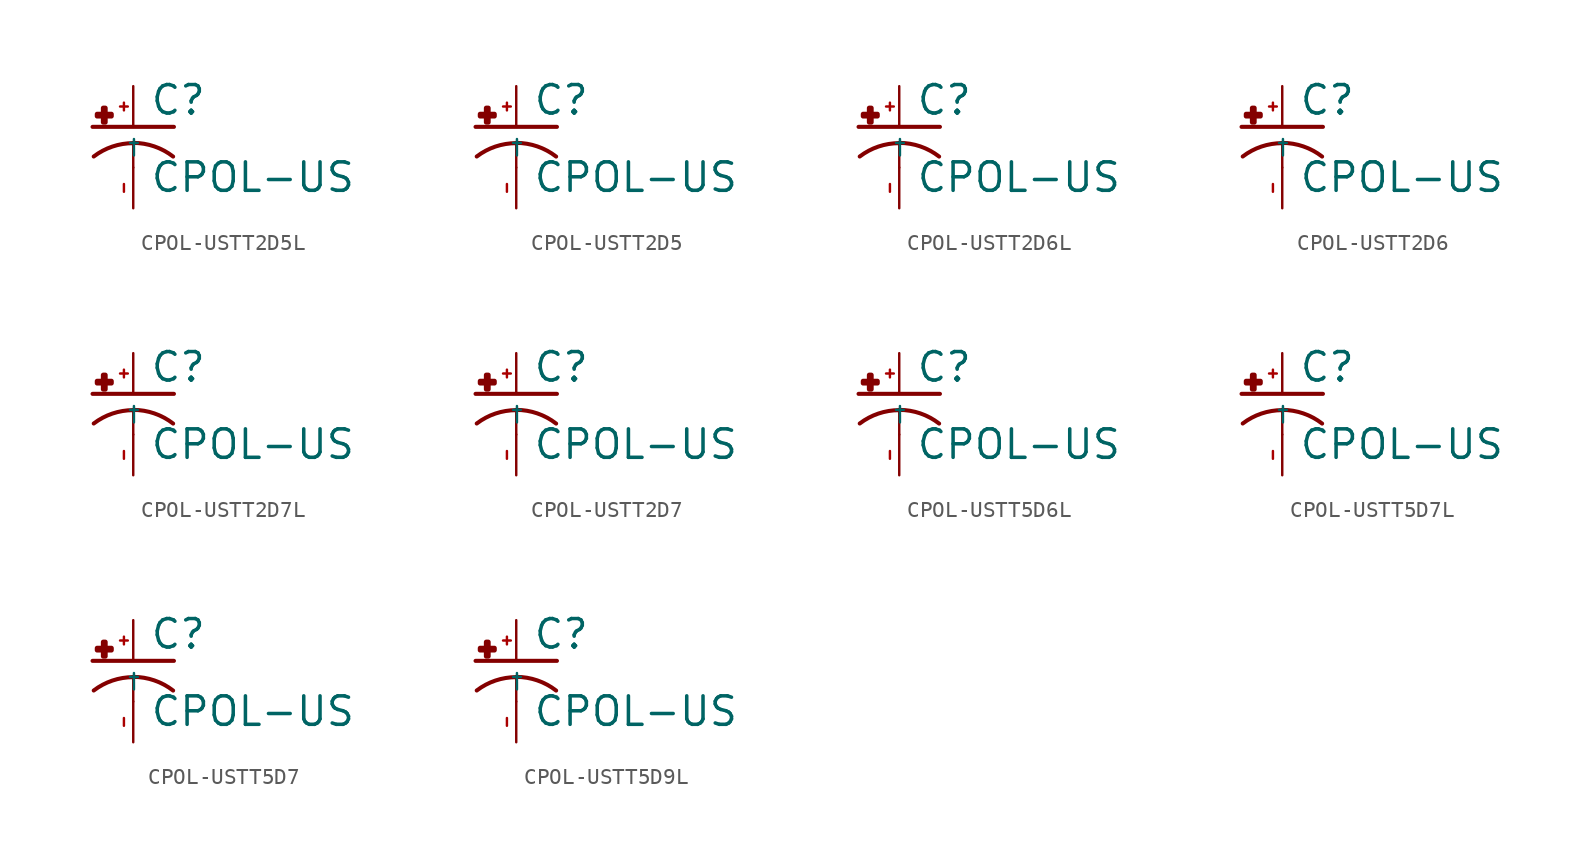
<source format=kicad_sym>
(kicad_symbol_lib
  (version 20220914)
  (generator Eagle2Kicad)
  (symbol "CPOL-USTT2D5L"
    (property "Reference" "C"
      (at 1.016 0.635 0)
      (effects (font (size 1.778 1.778) (thickness 0.22)) (justify left bottom)))
    (property "Value" "CPOL-US"
      (at 1.016 -4.191 0)
      (effects (font (size 1.778 1.778) (thickness 0.22)) (justify left bottom)))
    (polyline
      (pts (xy -2.54 0) (xy 2.54 0))
      (stroke (width 0.254) (type default))
      (fill (type none)))
    (polyline
      (pts (xy 0 -1.016) (xy 0 -2.54))
      (stroke (width 0.152) (type default))
      (fill (type none)))
    (arc
      (start 2.4892 -1.8542)
      (mid 1.316 -1.220)
      (end 0 -1)
      (stroke (width 0.254) (type default))
      (fill (type none)))
    (arc
      (start 0 -1.0161)
      (mid -1.302 -1.230)
      (end -2.4669 -1.8504)
      (stroke (width 0.254) (type default))
      (fill (type none)))
    (rectangle
      (start -2.253 0.668)
      (end -1.364 0.795)
      (stroke (width 0.3) (type default))
      (fill (type outline)))
    (rectangle
      (start -1.872 0.287)
      (end -1.745 1.176)
      (stroke (width 0.3) (type default))
      (fill (type outline)))
    (pin passive line
      (at 0 2.54 270)
      (length 2.54)
      (name "+" (effects (font (size 0.635 0.635) (thickness 0.08)) (justify left bottom)))
      (number "+" (effects (font (size 0.635 0.635) (thickness 0.08)) (justify left bottom))))
    (pin passive line
      (at 0 -5.08 90)
      (length 2.54)
      (name "-" (effects (font (size 0.635 0.635) (thickness 0.08)) (justify left bottom)))
      (number "-" (effects (font (size 0.635 0.635) (thickness 0.08)) (justify left bottom)))))
  (symbol "CPOL-USTT2D5"
    (property "Reference" "C"
      (at 1.016 0.635 0)
      (effects (font (size 1.778 1.778) (thickness 0.22)) (justify left bottom)))
    (property "Value" "CPOL-US"
      (at 1.016 -4.191 0)
      (effects (font (size 1.778 1.778) (thickness 0.22)) (justify left bottom)))
    (polyline
      (pts (xy -2.54 0) (xy 2.54 0))
      (stroke (width 0.254) (type default))
      (fill (type none)))
    (polyline
      (pts (xy 0 -1.016) (xy 0 -2.54))
      (stroke (width 0.152) (type default))
      (fill (type none)))
    (arc
      (start 2.4892 -1.8542)
      (mid 1.316 -1.220)
      (end 0 -1)
      (stroke (width 0.254) (type default))
      (fill (type none)))
    (arc
      (start 0 -1.0161)
      (mid -1.302 -1.230)
      (end -2.4669 -1.8504)
      (stroke (width 0.254) (type default))
      (fill (type none)))
    (rectangle
      (start -2.253 0.668)
      (end -1.364 0.795)
      (stroke (width 0.3) (type default))
      (fill (type outline)))
    (rectangle
      (start -1.872 0.287)
      (end -1.745 1.176)
      (stroke (width 0.3) (type default))
      (fill (type outline)))
    (pin passive line
      (at 0 2.54 270)
      (length 2.54)
      (name "+" (effects (font (size 0.635 0.635) (thickness 0.08)) (justify left bottom)))
      (number "+" (effects (font (size 0.635 0.635) (thickness 0.08)) (justify left bottom))))
    (pin passive line
      (at 0 -5.08 90)
      (length 2.54)
      (name "-" (effects (font (size 0.635 0.635) (thickness 0.08)) (justify left bottom)))
      (number "-" (effects (font (size 0.635 0.635) (thickness 0.08)) (justify left bottom)))))
  (symbol "CPOL-USTT2D6L"
    (property "Reference" "C"
      (at 1.016 0.635 0)
      (effects (font (size 1.778 1.778) (thickness 0.22)) (justify left bottom)))
    (property "Value" "CPOL-US"
      (at 1.016 -4.191 0)
      (effects (font (size 1.778 1.778) (thickness 0.22)) (justify left bottom)))
    (polyline
      (pts (xy -2.54 0) (xy 2.54 0))
      (stroke (width 0.254) (type default))
      (fill (type none)))
    (polyline
      (pts (xy 0 -1.016) (xy 0 -2.54))
      (stroke (width 0.152) (type default))
      (fill (type none)))
    (arc
      (start 2.4892 -1.8542)
      (mid 1.316 -1.220)
      (end 0 -1)
      (stroke (width 0.254) (type default))
      (fill (type none)))
    (arc
      (start 0 -1.0161)
      (mid -1.302 -1.230)
      (end -2.4669 -1.8504)
      (stroke (width 0.254) (type default))
      (fill (type none)))
    (rectangle
      (start -2.253 0.668)
      (end -1.364 0.795)
      (stroke (width 0.3) (type default))
      (fill (type outline)))
    (rectangle
      (start -1.872 0.287)
      (end -1.745 1.176)
      (stroke (width 0.3) (type default))
      (fill (type outline)))
    (pin passive line
      (at 0 2.54 270)
      (length 2.54)
      (name "+" (effects (font (size 0.635 0.635) (thickness 0.08)) (justify left bottom)))
      (number "+" (effects (font (size 0.635 0.635) (thickness 0.08)) (justify left bottom))))
    (pin passive line
      (at 0 -5.08 90)
      (length 2.54)
      (name "-" (effects (font (size 0.635 0.635) (thickness 0.08)) (justify left bottom)))
      (number "-" (effects (font (size 0.635 0.635) (thickness 0.08)) (justify left bottom)))))
  (symbol "CPOL-USTT2D6"
    (property "Reference" "C"
      (at 1.016 0.635 0)
      (effects (font (size 1.778 1.778) (thickness 0.22)) (justify left bottom)))
    (property "Value" "CPOL-US"
      (at 1.016 -4.191 0)
      (effects (font (size 1.778 1.778) (thickness 0.22)) (justify left bottom)))
    (polyline
      (pts (xy -2.54 0) (xy 2.54 0))
      (stroke (width 0.254) (type default))
      (fill (type none)))
    (polyline
      (pts (xy 0 -1.016) (xy 0 -2.54))
      (stroke (width 0.152) (type default))
      (fill (type none)))
    (arc
      (start 2.4892 -1.8542)
      (mid 1.316 -1.220)
      (end 0 -1)
      (stroke (width 0.254) (type default))
      (fill (type none)))
    (arc
      (start 0 -1.0161)
      (mid -1.302 -1.230)
      (end -2.4669 -1.8504)
      (stroke (width 0.254) (type default))
      (fill (type none)))
    (rectangle
      (start -2.253 0.668)
      (end -1.364 0.795)
      (stroke (width 0.3) (type default))
      (fill (type outline)))
    (rectangle
      (start -1.872 0.287)
      (end -1.745 1.176)
      (stroke (width 0.3) (type default))
      (fill (type outline)))
    (pin passive line
      (at 0 2.54 270)
      (length 2.54)
      (name "+" (effects (font (size 0.635 0.635) (thickness 0.08)) (justify left bottom)))
      (number "+" (effects (font (size 0.635 0.635) (thickness 0.08)) (justify left bottom))))
    (pin passive line
      (at 0 -5.08 90)
      (length 2.54)
      (name "-" (effects (font (size 0.635 0.635) (thickness 0.08)) (justify left bottom)))
      (number "-" (effects (font (size 0.635 0.635) (thickness 0.08)) (justify left bottom)))))
  (symbol "CPOL-USTT2D7L"
    (property "Reference" "C"
      (at 1.016 0.635 0)
      (effects (font (size 1.778 1.778) (thickness 0.22)) (justify left bottom)))
    (property "Value" "CPOL-US"
      (at 1.016 -4.191 0)
      (effects (font (size 1.778 1.778) (thickness 0.22)) (justify left bottom)))
    (polyline
      (pts (xy -2.54 0) (xy 2.54 0))
      (stroke (width 0.254) (type default))
      (fill (type none)))
    (polyline
      (pts (xy 0 -1.016) (xy 0 -2.54))
      (stroke (width 0.152) (type default))
      (fill (type none)))
    (arc
      (start 2.4892 -1.8542)
      (mid 1.316 -1.220)
      (end 0 -1)
      (stroke (width 0.254) (type default))
      (fill (type none)))
    (arc
      (start 0 -1.0161)
      (mid -1.302 -1.230)
      (end -2.4669 -1.8504)
      (stroke (width 0.254) (type default))
      (fill (type none)))
    (rectangle
      (start -2.253 0.668)
      (end -1.364 0.795)
      (stroke (width 0.3) (type default))
      (fill (type outline)))
    (rectangle
      (start -1.872 0.287)
      (end -1.745 1.176)
      (stroke (width 0.3) (type default))
      (fill (type outline)))
    (pin passive line
      (at 0 2.54 270)
      (length 2.54)
      (name "+" (effects (font (size 0.635 0.635) (thickness 0.08)) (justify left bottom)))
      (number "+" (effects (font (size 0.635 0.635) (thickness 0.08)) (justify left bottom))))
    (pin passive line
      (at 0 -5.08 90)
      (length 2.54)
      (name "-" (effects (font (size 0.635 0.635) (thickness 0.08)) (justify left bottom)))
      (number "-" (effects (font (size 0.635 0.635) (thickness 0.08)) (justify left bottom)))))
  (symbol "CPOL-USTT2D7"
    (property "Reference" "C"
      (at 1.016 0.635 0)
      (effects (font (size 1.778 1.778) (thickness 0.22)) (justify left bottom)))
    (property "Value" "CPOL-US"
      (at 1.016 -4.191 0)
      (effects (font (size 1.778 1.778) (thickness 0.22)) (justify left bottom)))
    (polyline
      (pts (xy -2.54 0) (xy 2.54 0))
      (stroke (width 0.254) (type default))
      (fill (type none)))
    (polyline
      (pts (xy 0 -1.016) (xy 0 -2.54))
      (stroke (width 0.152) (type default))
      (fill (type none)))
    (arc
      (start 2.4892 -1.8542)
      (mid 1.316 -1.220)
      (end 0 -1)
      (stroke (width 0.254) (type default))
      (fill (type none)))
    (arc
      (start 0 -1.0161)
      (mid -1.302 -1.230)
      (end -2.4669 -1.8504)
      (stroke (width 0.254) (type default))
      (fill (type none)))
    (rectangle
      (start -2.253 0.668)
      (end -1.364 0.795)
      (stroke (width 0.3) (type default))
      (fill (type outline)))
    (rectangle
      (start -1.872 0.287)
      (end -1.745 1.176)
      (stroke (width 0.3) (type default))
      (fill (type outline)))
    (pin passive line
      (at 0 2.54 270)
      (length 2.54)
      (name "+" (effects (font (size 0.635 0.635) (thickness 0.08)) (justify left bottom)))
      (number "+" (effects (font (size 0.635 0.635) (thickness 0.08)) (justify left bottom))))
    (pin passive line
      (at 0 -5.08 90)
      (length 2.54)
      (name "-" (effects (font (size 0.635 0.635) (thickness 0.08)) (justify left bottom)))
      (number "-" (effects (font (size 0.635 0.635) (thickness 0.08)) (justify left bottom)))))
  (symbol "CPOL-USTT5D6L"
    (property "Reference" "C"
      (at 1.016 0.635 0)
      (effects (font (size 1.778 1.778) (thickness 0.22)) (justify left bottom)))
    (property "Value" "CPOL-US"
      (at 1.016 -4.191 0)
      (effects (font (size 1.778 1.778) (thickness 0.22)) (justify left bottom)))
    (polyline
      (pts (xy -2.54 0) (xy 2.54 0))
      (stroke (width 0.254) (type default))
      (fill (type none)))
    (polyline
      (pts (xy 0 -1.016) (xy 0 -2.54))
      (stroke (width 0.152) (type default))
      (fill (type none)))
    (arc
      (start 2.4892 -1.8542)
      (mid 1.316 -1.220)
      (end 0 -1)
      (stroke (width 0.254) (type default))
      (fill (type none)))
    (arc
      (start 0 -1.0161)
      (mid -1.302 -1.230)
      (end -2.4669 -1.8504)
      (stroke (width 0.254) (type default))
      (fill (type none)))
    (rectangle
      (start -2.253 0.668)
      (end -1.364 0.795)
      (stroke (width 0.3) (type default))
      (fill (type outline)))
    (rectangle
      (start -1.872 0.287)
      (end -1.745 1.176)
      (stroke (width 0.3) (type default))
      (fill (type outline)))
    (pin passive line
      (at 0 2.54 270)
      (length 2.54)
      (name "+" (effects (font (size 0.635 0.635) (thickness 0.08)) (justify left bottom)))
      (number "+" (effects (font (size 0.635 0.635) (thickness 0.08)) (justify left bottom))))
    (pin passive line
      (at 0 -5.08 90)
      (length 2.54)
      (name "-" (effects (font (size 0.635 0.635) (thickness 0.08)) (justify left bottom)))
      (number "-" (effects (font (size 0.635 0.635) (thickness 0.08)) (justify left bottom)))))
  (symbol "CPOL-USTT5D7L"
    (property "Reference" "C"
      (at 1.016 0.635 0)
      (effects (font (size 1.778 1.778) (thickness 0.22)) (justify left bottom)))
    (property "Value" "CPOL-US"
      (at 1.016 -4.191 0)
      (effects (font (size 1.778 1.778) (thickness 0.22)) (justify left bottom)))
    (polyline
      (pts (xy -2.54 0) (xy 2.54 0))
      (stroke (width 0.254) (type default))
      (fill (type none)))
    (polyline
      (pts (xy 0 -1.016) (xy 0 -2.54))
      (stroke (width 0.152) (type default))
      (fill (type none)))
    (arc
      (start 2.4892 -1.8542)
      (mid 1.316 -1.220)
      (end 0 -1)
      (stroke (width 0.254) (type default))
      (fill (type none)))
    (arc
      (start 0 -1.0161)
      (mid -1.302 -1.230)
      (end -2.4669 -1.8504)
      (stroke (width 0.254) (type default))
      (fill (type none)))
    (rectangle
      (start -2.253 0.668)
      (end -1.364 0.795)
      (stroke (width 0.3) (type default))
      (fill (type outline)))
    (rectangle
      (start -1.872 0.287)
      (end -1.745 1.176)
      (stroke (width 0.3) (type default))
      (fill (type outline)))
    (pin passive line
      (at 0 2.54 270)
      (length 2.54)
      (name "+" (effects (font (size 0.635 0.635) (thickness 0.08)) (justify left bottom)))
      (number "+" (effects (font (size 0.635 0.635) (thickness 0.08)) (justify left bottom))))
    (pin passive line
      (at 0 -5.08 90)
      (length 2.54)
      (name "-" (effects (font (size 0.635 0.635) (thickness 0.08)) (justify left bottom)))
      (number "-" (effects (font (size 0.635 0.635) (thickness 0.08)) (justify left bottom)))))
  (symbol "CPOL-USTT5D7"
    (property "Reference" "C"
      (at 1.016 0.635 0)
      (effects (font (size 1.778 1.778) (thickness 0.22)) (justify left bottom)))
    (property "Value" "CPOL-US"
      (at 1.016 -4.191 0)
      (effects (font (size 1.778 1.778) (thickness 0.22)) (justify left bottom)))
    (polyline
      (pts (xy -2.54 0) (xy 2.54 0))
      (stroke (width 0.254) (type default))
      (fill (type none)))
    (polyline
      (pts (xy 0 -1.016) (xy 0 -2.54))
      (stroke (width 0.152) (type default))
      (fill (type none)))
    (arc
      (start 2.4892 -1.8542)
      (mid 1.316 -1.220)
      (end 0 -1)
      (stroke (width 0.254) (type default))
      (fill (type none)))
    (arc
      (start 0 -1.0161)
      (mid -1.302 -1.230)
      (end -2.4669 -1.8504)
      (stroke (width 0.254) (type default))
      (fill (type none)))
    (rectangle
      (start -2.253 0.668)
      (end -1.364 0.795)
      (stroke (width 0.3) (type default))
      (fill (type outline)))
    (rectangle
      (start -1.872 0.287)
      (end -1.745 1.176)
      (stroke (width 0.3) (type default))
      (fill (type outline)))
    (pin passive line
      (at 0 2.54 270)
      (length 2.54)
      (name "+" (effects (font (size 0.635 0.635) (thickness 0.08)) (justify left bottom)))
      (number "+" (effects (font (size 0.635 0.635) (thickness 0.08)) (justify left bottom))))
    (pin passive line
      (at 0 -5.08 90)
      (length 2.54)
      (name "-" (effects (font (size 0.635 0.635) (thickness 0.08)) (justify left bottom)))
      (number "-" (effects (font (size 0.635 0.635) (thickness 0.08)) (justify left bottom)))))
  (symbol "CPOL-USTT5D9L"
    (property "Reference" "C"
      (at 1.016 0.635 0)
      (effects (font (size 1.778 1.778) (thickness 0.22)) (justify left bottom)))
    (property "Value" "CPOL-US"
      (at 1.016 -4.191 0)
      (effects (font (size 1.778 1.778) (thickness 0.22)) (justify left bottom)))
    (polyline
      (pts (xy -2.54 0) (xy 2.54 0))
      (stroke (width 0.254) (type default))
      (fill (type none)))
    (polyline
      (pts (xy 0 -1.016) (xy 0 -2.54))
      (stroke (width 0.152) (type default))
      (fill (type none)))
    (arc
      (start 2.4892 -1.8542)
      (mid 1.316 -1.220)
      (end 0 -1)
      (stroke (width 0.254) (type default))
      (fill (type none)))
    (arc
      (start 0 -1.0161)
      (mid -1.302 -1.230)
      (end -2.4669 -1.8504)
      (stroke (width 0.254) (type default))
      (fill (type none)))
    (rectangle
      (start -2.253 0.668)
      (end -1.364 0.795)
      (stroke (width 0.3) (type default))
      (fill (type outline)))
    (rectangle
      (start -1.872 0.287)
      (end -1.745 1.176)
      (stroke (width 0.3) (type default))
      (fill (type outline)))
    (pin passive line
      (at 0 2.54 270)
      (length 2.54)
      (name "+" (effects (font (size 0.635 0.635) (thickness 0.08)) (justify left bottom)))
      (number "+" (effects (font (size 0.635 0.635) (thickness 0.08)) (justify left bottom))))
    (pin passive line
      (at 0 -5.08 90)
      (length 2.54)
      (name "-" (effects (font (size 0.635 0.635) (thickness 0.08)) (justify left bottom)))
      (number "-" (effects (font (size 0.635 0.635) (thickness 0.08)) (justify left bottom))))))
</source>
